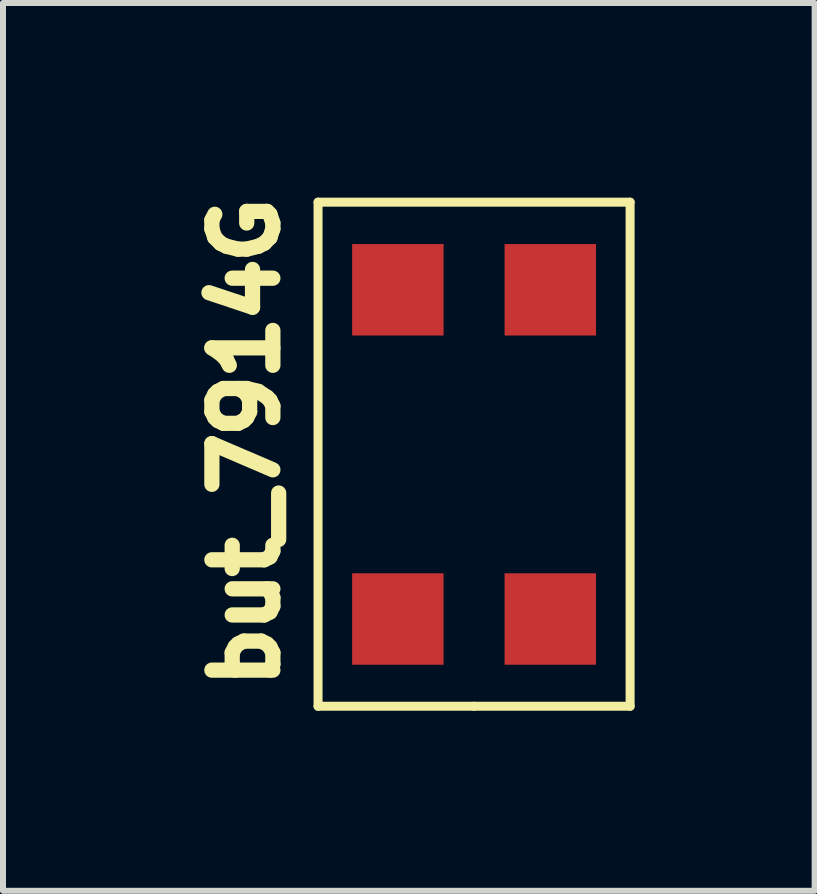
<source format=kicad_pcb>
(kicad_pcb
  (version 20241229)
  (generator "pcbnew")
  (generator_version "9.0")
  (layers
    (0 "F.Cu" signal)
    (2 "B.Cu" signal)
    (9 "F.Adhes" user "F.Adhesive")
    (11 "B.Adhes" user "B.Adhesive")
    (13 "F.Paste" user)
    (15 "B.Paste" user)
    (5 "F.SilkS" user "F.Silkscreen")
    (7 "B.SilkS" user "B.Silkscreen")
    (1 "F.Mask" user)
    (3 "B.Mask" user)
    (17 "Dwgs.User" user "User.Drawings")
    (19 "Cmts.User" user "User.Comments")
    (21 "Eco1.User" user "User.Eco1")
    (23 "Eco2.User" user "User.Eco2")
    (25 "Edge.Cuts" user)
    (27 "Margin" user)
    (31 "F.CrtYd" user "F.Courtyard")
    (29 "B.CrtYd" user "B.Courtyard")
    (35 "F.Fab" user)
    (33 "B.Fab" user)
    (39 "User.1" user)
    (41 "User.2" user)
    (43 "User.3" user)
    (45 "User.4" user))
  (footprint "but_7914G"
    (layer "F.Cu")
    (at 4.85 4.319)
    (property "Reference" "but_7914G" (at -3.81 0 90) (layer "F.SilkS") (effects (font (size 1.016 1.016) (thickness 0.254))))
    (attr through_hole)
    (fp_line (start -2.6 -4) (end -2.6 4.4) (stroke (width 0.15) (type solid)) (layer "F.SilkS"))
    (fp_line (start -2.6 4.4) (end 0 4.4) (stroke (width 0.15) (type solid)) (layer "F.SilkS"))
    (fp_line (start 0 4.4) (end 2.6 4.4) (stroke (width 0.15) (type solid)) (layer "F.SilkS"))
    (fp_line (start 2.6 -4) (end -2.6 -4) (stroke (width 0.15) (type solid)) (layer "F.SilkS"))
    (fp_line (start 2.6 4.4) (end 2.6 -4) (stroke (width 0.15) (type solid)) (layer "F.SilkS"))
    (pad "1" smd rect (at -1.27 -2.54) (size 1.524 1.524) (layers "F.Cu" "F.Mask" "F.Paste"))
    (pad "1" smd rect (at -1.27 2.946) (size 1.524 1.524) (layers "F.Cu" "F.Mask" "F.Paste"))
    (pad "2" smd rect (at 1.27 -2.54) (size 1.524 1.524) (layers "F.Cu" "F.Mask" "F.Paste"))
    (pad "2" smd rect (at 1.27 2.946) (size 1.524 1.524) (layers "F.Cu" "F.Mask" "F.Paste")))
  (gr_rect
    (start -3 -3)
    (end 10.525 11.794)
    (stroke (width 0.1) (type default))
    (fill no)
    (layer "Edge.Cuts")))
</source>
